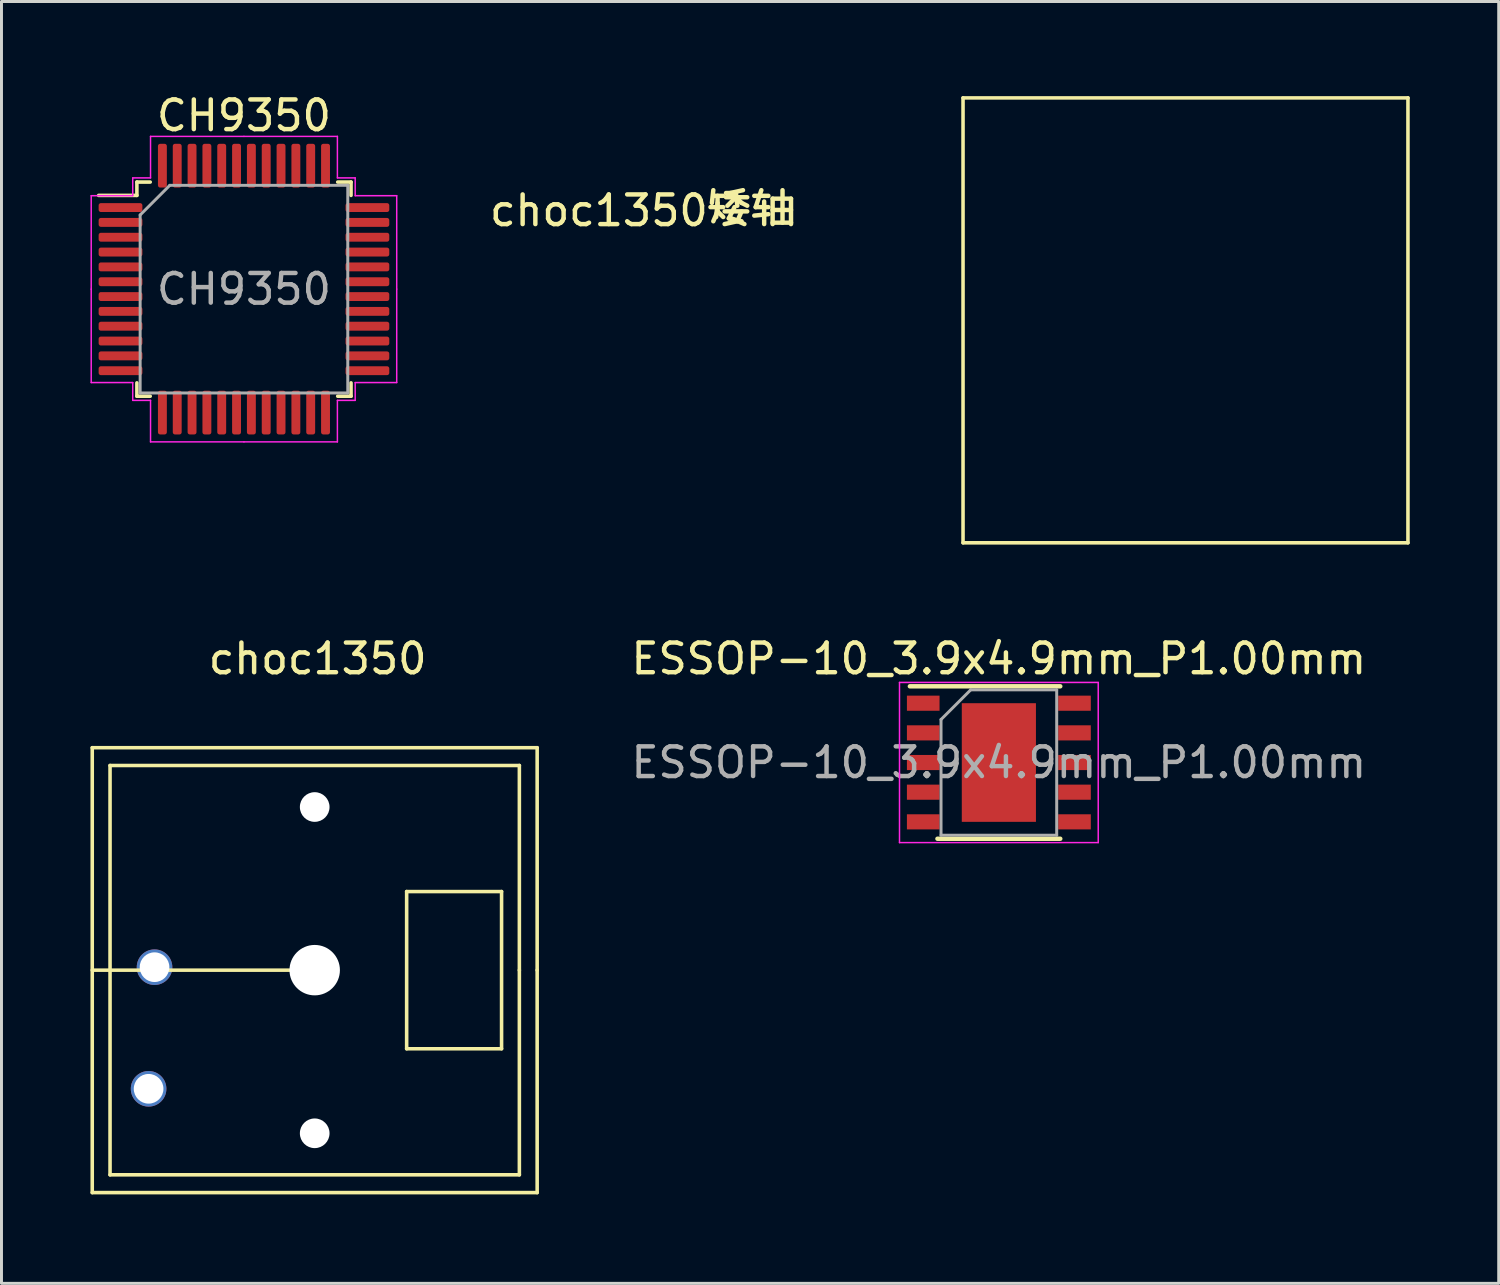
<source format=kicad_pcb>
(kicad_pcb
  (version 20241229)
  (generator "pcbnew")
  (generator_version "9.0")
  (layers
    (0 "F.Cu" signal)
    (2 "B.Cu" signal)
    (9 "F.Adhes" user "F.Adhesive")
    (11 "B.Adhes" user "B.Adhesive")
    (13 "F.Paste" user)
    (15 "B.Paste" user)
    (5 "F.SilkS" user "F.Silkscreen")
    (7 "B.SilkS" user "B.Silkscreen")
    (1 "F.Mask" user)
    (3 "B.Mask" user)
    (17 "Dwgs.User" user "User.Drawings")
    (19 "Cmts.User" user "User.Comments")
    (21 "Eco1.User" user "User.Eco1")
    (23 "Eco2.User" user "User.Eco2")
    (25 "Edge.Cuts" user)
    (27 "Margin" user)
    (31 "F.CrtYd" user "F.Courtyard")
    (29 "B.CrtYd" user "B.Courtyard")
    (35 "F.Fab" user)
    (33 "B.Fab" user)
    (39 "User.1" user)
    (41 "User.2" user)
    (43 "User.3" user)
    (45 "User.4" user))
  (footprint "CH9350"
    (layer "F.Cu")
    (at 5.175 6.698)
    (property "Reference" "CH9350" (at 0 -5.85 0) (layer "F.SilkS") (effects (font (size 1 1) (thickness 0.15))))
    (attr smd)
    (fp_line (start -3.61 -3.61) (end -3.61 -3.16) (stroke (width 0.12) (type solid)) (layer "F.SilkS"))
    (fp_line (start -3.61 -3.16) (end -4.9 -3.16) (stroke (width 0.12) (type solid)) (layer "F.SilkS"))
    (fp_line (start -3.61 3.61) (end -3.61 3.16) (stroke (width 0.12) (type solid)) (layer "F.SilkS"))
    (fp_line (start -3.16 -3.61) (end -3.61 -3.61) (stroke (width 0.12) (type solid)) (layer "F.SilkS"))
    (fp_line (start -3.16 3.61) (end -3.61 3.61) (stroke (width 0.12) (type solid)) (layer "F.SilkS"))
    (fp_line (start 3.16 -3.61) (end 3.61 -3.61) (stroke (width 0.12) (type solid)) (layer "F.SilkS"))
    (fp_line (start 3.16 3.61) (end 3.61 3.61) (stroke (width 0.12) (type solid)) (layer "F.SilkS"))
    (fp_line (start 3.61 -3.61) (end 3.61 -3.16) (stroke (width 0.12) (type solid)) (layer "F.SilkS"))
    (fp_line (start 3.61 3.61) (end 3.61 3.16) (stroke (width 0.12) (type solid)) (layer "F.SilkS"))
    (fp_line (start -5.15 -3.15) (end -5.15 0) (stroke (width 0.05) (type solid)) (layer "F.CrtYd"))
    (fp_line (start -5.15 3.15) (end -5.15 0) (stroke (width 0.05) (type solid)) (layer "F.CrtYd"))
    (fp_line (start -3.75 -3.75) (end -3.75 -3.15) (stroke (width 0.05) (type solid)) (layer "F.CrtYd"))
    (fp_line (start -3.75 -3.15) (end -5.15 -3.15) (stroke (width 0.05) (type solid)) (layer "F.CrtYd"))
    (fp_line (start -3.75 3.15) (end -5.15 3.15) (stroke (width 0.05) (type solid)) (layer "F.CrtYd"))
    (fp_line (start -3.75 3.75) (end -3.75 3.15) (stroke (width 0.05) (type solid)) (layer "F.CrtYd"))
    (fp_line (start -3.15 -5.15) (end -3.15 -3.75) (stroke (width 0.05) (type solid)) (layer "F.CrtYd"))
    (fp_line (start -3.15 -3.75) (end -3.75 -3.75) (stroke (width 0.05) (type solid)) (layer "F.CrtYd"))
    (fp_line (start -3.15 3.75) (end -3.75 3.75) (stroke (width 0.05) (type solid)) (layer "F.CrtYd"))
    (fp_line (start -3.15 5.15) (end -3.15 3.75) (stroke (width 0.05) (type solid)) (layer "F.CrtYd"))
    (fp_line (start 0 -5.15) (end -3.15 -5.15) (stroke (width 0.05) (type solid)) (layer "F.CrtYd"))
    (fp_line (start 0 -5.15) (end 3.15 -5.15) (stroke (width 0.05) (type solid)) (layer "F.CrtYd"))
    (fp_line (start 0 5.15) (end -3.15 5.15) (stroke (width 0.05) (type solid)) (layer "F.CrtYd"))
    (fp_line (start 0 5.15) (end 3.15 5.15) (stroke (width 0.05) (type solid)) (layer "F.CrtYd"))
    (fp_line (start 3.15 -5.15) (end 3.15 -3.75) (stroke (width 0.05) (type solid)) (layer "F.CrtYd"))
    (fp_line (start 3.15 -3.75) (end 3.75 -3.75) (stroke (width 0.05) (type solid)) (layer "F.CrtYd"))
    (fp_line (start 3.15 3.75) (end 3.75 3.75) (stroke (width 0.05) (type solid)) (layer "F.CrtYd"))
    (fp_line (start 3.15 5.15) (end 3.15 3.75) (stroke (width 0.05) (type solid)) (layer "F.CrtYd"))
    (fp_line (start 3.75 -3.75) (end 3.75 -3.15) (stroke (width 0.05) (type solid)) (layer "F.CrtYd"))
    (fp_line (start 3.75 -3.15) (end 5.15 -3.15) (stroke (width 0.05) (type solid)) (layer "F.CrtYd"))
    (fp_line (start 3.75 3.15) (end 5.15 3.15) (stroke (width 0.05) (type solid)) (layer "F.CrtYd"))
    (fp_line (start 3.75 3.75) (end 3.75 3.15) (stroke (width 0.05) (type solid)) (layer "F.CrtYd"))
    (fp_line (start 5.15 -3.15) (end 5.15 0) (stroke (width 0.05) (type solid)) (layer "F.CrtYd"))
    (fp_line (start 5.15 3.15) (end 5.15 0) (stroke (width 0.05) (type solid)) (layer "F.CrtYd"))
    (fp_line (start -3.5 -2.5) (end -2.5 -3.5) (stroke (width 0.1) (type solid)) (layer "F.Fab"))
    (fp_line (start -3.5 3.5) (end -3.5 -2.5) (stroke (width 0.1) (type solid)) (layer "F.Fab"))
    (fp_line (start -2.5 -3.5) (end 3.5 -3.5) (stroke (width 0.1) (type solid)) (layer "F.Fab"))
    (fp_line (start 3.5 -3.5) (end 3.5 3.5) (stroke (width 0.1) (type solid)) (layer "F.Fab"))
    (fp_line (start 3.5 3.5) (end -3.5 3.5) (stroke (width 0.1) (type solid)) (layer "F.Fab"))
    (fp_text user "${REFERENCE}" (at 0 0 0) (layer "F.Fab") (effects (font (size 1 1) (thickness 0.15))))
    (pad "1" smd roundrect (at -4.162 -2.75) (size 1.475 0.3) (layers "F.Cu" "F.Mask" "F.Paste") (roundrect_rratio 0.25))
    (pad "2" smd roundrect (at -4.162 -2.25) (size 1.475 0.3) (layers "F.Cu" "F.Mask" "F.Paste") (roundrect_rratio 0.25))
    (pad "3" smd roundrect (at -4.162 -1.75) (size 1.475 0.3) (layers "F.Cu" "F.Mask" "F.Paste") (roundrect_rratio 0.25))
    (pad "4" smd roundrect (at -4.162 -1.25) (size 1.475 0.3) (layers "F.Cu" "F.Mask" "F.Paste") (roundrect_rratio 0.25))
    (pad "5" smd roundrect (at -4.162 -0.75) (size 1.475 0.3) (layers "F.Cu" "F.Mask" "F.Paste") (roundrect_rratio 0.25))
    (pad "6" smd roundrect (at -4.162 -0.25) (size 1.475 0.3) (layers "F.Cu" "F.Mask" "F.Paste") (roundrect_rratio 0.25))
    (pad "7" smd roundrect (at -4.162 0.25) (size 1.475 0.3) (layers "F.Cu" "F.Mask" "F.Paste") (roundrect_rratio 0.25))
    (pad "8" smd roundrect (at -4.162 0.75) (size 1.475 0.3) (layers "F.Cu" "F.Mask" "F.Paste") (roundrect_rratio 0.25))
    (pad "9" smd roundrect (at -4.162 1.25) (size 1.475 0.3) (layers "F.Cu" "F.Mask" "F.Paste") (roundrect_rratio 0.25))
    (pad "10" smd roundrect (at -4.162 1.75) (size 1.475 0.3) (layers "F.Cu" "F.Mask" "F.Paste") (roundrect_rratio 0.25))
    (pad "11" smd roundrect (at -4.162 2.25) (size 1.475 0.3) (layers "F.Cu" "F.Mask" "F.Paste") (roundrect_rratio 0.25))
    (pad "12" smd roundrect (at -4.162 2.75) (size 1.475 0.3) (layers "F.Cu" "F.Mask" "F.Paste") (roundrect_rratio 0.25))
    (pad "13" smd roundrect (at -2.75 4.162) (size 0.3 1.475) (layers "F.Cu" "F.Mask" "F.Paste") (roundrect_rratio 0.25))
    (pad "14" smd roundrect (at -2.25 4.162) (size 0.3 1.475) (layers "F.Cu" "F.Mask" "F.Paste") (roundrect_rratio 0.25))
    (pad "15" smd roundrect (at -1.75 4.162) (size 0.3 1.475) (layers "F.Cu" "F.Mask" "F.Paste") (roundrect_rratio 0.25))
    (pad "16" smd roundrect (at -1.25 4.162) (size 0.3 1.475) (layers "F.Cu" "F.Mask" "F.Paste") (roundrect_rratio 0.25))
    (pad "17" smd roundrect (at -0.75 4.162) (size 0.3 1.475) (layers "F.Cu" "F.Mask" "F.Paste") (roundrect_rratio 0.25))
    (pad "18" smd roundrect (at -0.25 4.162) (size 0.3 1.475) (layers "F.Cu" "F.Mask" "F.Paste") (roundrect_rratio 0.25))
    (pad "19" smd roundrect (at 0.25 4.162) (size 0.3 1.475) (layers "F.Cu" "F.Mask" "F.Paste") (roundrect_rratio 0.25))
    (pad "20" smd roundrect (at 0.75 4.162) (size 0.3 1.475) (layers "F.Cu" "F.Mask" "F.Paste") (roundrect_rratio 0.25))
    (pad "21" smd roundrect (at 1.25 4.162) (size 0.3 1.475) (layers "F.Cu" "F.Mask" "F.Paste") (roundrect_rratio 0.25))
    (pad "22" smd roundrect (at 1.75 4.162) (size 0.3 1.475) (layers "F.Cu" "F.Mask" "F.Paste") (roundrect_rratio 0.25))
    (pad "23" smd roundrect (at 2.25 4.162) (size 0.3 1.475) (layers "F.Cu" "F.Mask" "F.Paste") (roundrect_rratio 0.25))
    (pad "24" smd roundrect (at 2.75 4.162) (size 0.3 1.475) (layers "F.Cu" "F.Mask" "F.Paste") (roundrect_rratio 0.25))
    (pad "25" smd roundrect (at 4.162 2.75) (size 1.475 0.3) (layers "F.Cu" "F.Mask" "F.Paste") (roundrect_rratio 0.25))
    (pad "26" smd roundrect (at 4.162 2.25) (size 1.475 0.3) (layers "F.Cu" "F.Mask" "F.Paste") (roundrect_rratio 0.25))
    (pad "27" smd roundrect (at 4.162 1.75) (size 1.475 0.3) (layers "F.Cu" "F.Mask" "F.Paste") (roundrect_rratio 0.25))
    (pad "28" smd roundrect (at 4.162 1.25) (size 1.475 0.3) (layers "F.Cu" "F.Mask" "F.Paste") (roundrect_rratio 0.25))
    (pad "29" smd roundrect (at 4.162 0.75) (size 1.475 0.3) (layers "F.Cu" "F.Mask" "F.Paste") (roundrect_rratio 0.25))
    (pad "30" smd roundrect (at 4.162 0.25) (size 1.475 0.3) (layers "F.Cu" "F.Mask" "F.Paste") (roundrect_rratio 0.25))
    (pad "31" smd roundrect (at 4.162 -0.25) (size 1.475 0.3) (layers "F.Cu" "F.Mask" "F.Paste") (roundrect_rratio 0.25))
    (pad "32" smd roundrect (at 4.162 -0.75) (size 1.475 0.3) (layers "F.Cu" "F.Mask" "F.Paste") (roundrect_rratio 0.25))
    (pad "33" smd roundrect (at 4.162 -1.25) (size 1.475 0.3) (layers "F.Cu" "F.Mask" "F.Paste") (roundrect_rratio 0.25))
    (pad "34" smd roundrect (at 4.162 -1.75) (size 1.475 0.3) (layers "F.Cu" "F.Mask" "F.Paste") (roundrect_rratio 0.25))
    (pad "35" smd roundrect (at 4.162 -2.25) (size 1.475 0.3) (layers "F.Cu" "F.Mask" "F.Paste") (roundrect_rratio 0.25))
    (pad "36" smd roundrect (at 4.162 -2.75) (size 1.475 0.3) (layers "F.Cu" "F.Mask" "F.Paste") (roundrect_rratio 0.25))
    (pad "37" smd roundrect (at 2.75 -4.162) (size 0.3 1.475) (layers "F.Cu" "F.Mask" "F.Paste") (roundrect_rratio 0.25))
    (pad "38" smd roundrect (at 2.25 -4.162) (size 0.3 1.475) (layers "F.Cu" "F.Mask" "F.Paste") (roundrect_rratio 0.25))
    (pad "39" smd roundrect (at 1.75 -4.162) (size 0.3 1.475) (layers "F.Cu" "F.Mask" "F.Paste") (roundrect_rratio 0.25))
    (pad "40" smd roundrect (at 1.25 -4.162) (size 0.3 1.475) (layers "F.Cu" "F.Mask" "F.Paste") (roundrect_rratio 0.25))
    (pad "41" smd roundrect (at 0.75 -4.162) (size 0.3 1.475) (layers "F.Cu" "F.Mask" "F.Paste") (roundrect_rratio 0.25))
    (pad "42" smd roundrect (at 0.25 -4.162) (size 0.3 1.475) (layers "F.Cu" "F.Mask" "F.Paste") (roundrect_rratio 0.25))
    (pad "43" smd roundrect (at -0.25 -4.162) (size 0.3 1.475) (layers "F.Cu" "F.Mask" "F.Paste") (roundrect_rratio 0.25))
    (pad "44" smd roundrect (at -0.75 -4.162) (size 0.3 1.475) (layers "F.Cu" "F.Mask" "F.Paste") (roundrect_rratio 0.25))
    (pad "45" smd roundrect (at -1.25 -4.162) (size 0.3 1.475) (layers "F.Cu" "F.Mask" "F.Paste") (roundrect_rratio 0.25))
    (pad "46" smd roundrect (at -1.75 -4.162) (size 0.3 1.475) (layers "F.Cu" "F.Mask" "F.Paste") (roundrect_rratio 0.25))
    (pad "47" smd roundrect (at -2.25 -4.162) (size 0.3 1.475) (layers "F.Cu" "F.Mask" "F.Paste") (roundrect_rratio 0.25))
    (pad "48" smd roundrect (at -2.75 -4.162) (size 0.3 1.475) (layers "F.Cu" "F.Mask" "F.Paste") (roundrect_rratio 0.25)))
  (footprint "ESSOP-10_3.9x4.9mm_P1.00mm"
    (layer "F.Cu")
    (at 30.626 22.658)
    (property "Reference" "ESSOP-10_3.9x4.9mm_P1.00mm" (at 0 -3.5 0) (layer "F.SilkS") (effects (font (size 1 1) (thickness 0.15))))
    (attr smd)
    (fp_line (start -3 -2.57) (end 2.07 -2.57) (stroke (width 0.15) (type solid)) (layer "F.SilkS"))
    (fp_line (start -2.07 2.57) (end 2.07 2.57) (stroke (width 0.15) (type solid)) (layer "F.SilkS"))
    (fp_line (start -3.35 -2.7) (end -3.35 2.7) (stroke (width 0.05) (type solid)) (layer "F.CrtYd"))
    (fp_line (start -3.35 -2.7) (end 3.35 -2.7) (stroke (width 0.05) (type solid)) (layer "F.CrtYd"))
    (fp_line (start -3.35 2.7) (end 3.35 2.7) (stroke (width 0.05) (type solid)) (layer "F.CrtYd"))
    (fp_line (start 3.35 -2.7) (end 3.35 2.7) (stroke (width 0.05) (type solid)) (layer "F.CrtYd"))
    (fp_line (start -1.95 -1.45) (end -0.95 -2.45) (stroke (width 0.1) (type solid)) (layer "F.Fab"))
    (fp_line (start -1.95 2.45) (end -1.95 -1.45) (stroke (width 0.1) (type solid)) (layer "F.Fab"))
    (fp_line (start -0.95 -2.45) (end 1.95 -2.45) (stroke (width 0.1) (type solid)) (layer "F.Fab"))
    (fp_line (start 1.95 -2.45) (end 1.95 2.45) (stroke (width 0.1) (type solid)) (layer "F.Fab"))
    (fp_line (start 1.95 2.45) (end -1.95 2.45) (stroke (width 0.1) (type solid)) (layer "F.Fab"))
    (fp_text user "${REFERENCE}" (at 0 0 0) (layer "F.Fab") (effects (font (size 1 1) (thickness 0.15))))
    (pad "1" smd rect (at -2.55 -2) (size 1.1 0.51) (layers "F.Cu" "F.Mask" "F.Paste"))
    (pad "2" smd rect (at -2.55 -1) (size 1.1 0.51) (layers "F.Cu" "F.Mask" "F.Paste"))
    (pad "3" smd rect (at -2.55 0) (size 1.1 0.51) (layers "F.Cu" "F.Mask" "F.Paste"))
    (pad "4" smd rect (at -2.55 1) (size 1.1 0.51) (layers "F.Cu" "F.Mask" "F.Paste"))
    (pad "5" smd rect (at -2.55 2) (size 1.1 0.51) (layers "F.Cu" "F.Mask" "F.Paste"))
    (pad "6" smd rect (at 2.55 2) (size 1.1 0.51) (layers "F.Cu" "F.Mask" "F.Paste"))
    (pad "7" smd rect (at 2.55 1) (size 1.1 0.51) (layers "F.Cu" "F.Mask" "F.Paste"))
    (pad "8" smd rect (at 2.55 0) (size 1.1 0.51) (layers "F.Cu" "F.Mask" "F.Paste"))
    (pad "9" smd rect (at 2.55 -1) (size 1.1 0.51) (layers "F.Cu" "F.Mask" "F.Paste"))
    (pad "10" smd rect (at 2.55 -2) (size 1.1 0.51) (layers "F.Cu" "F.Mask" "F.Paste"))
    (pad "11" smd rect (at 0 0) (size 2.5 4) (layers "F.Cu" "F.Mask" "F.Paste")))
  (footprint "choc1350"
    (layer "F.Cu")
    (at 7.56 29.658)
    (property "Reference" "choc1350" (at 0.1 -10.5 0) (layer "F.SilkS") (effects (font (size 1 1) (thickness 0.15))))
    (attr through_hole)
    (fp_line (start -7.5 -7.5) (end 7.5 -7.5) (stroke (width 0.12) (type solid)) (layer "F.SilkS"))
    (fp_line (start -7.5 7.5) (end -7.5 -7.5) (stroke (width 0.12) (type solid)) (layer "F.SilkS"))
    (fp_line (start -6.9 -6.9) (end 6.9 -6.9) (stroke (width 0.12) (type solid)) (layer "F.SilkS"))
    (fp_line (start -6.9 6.9) (end -6.9 -6.9) (stroke (width 0.12) (type solid)) (layer "F.SilkS"))
    (fp_line (start 0 0) (end -7.5 0) (stroke (width 0.12) (type solid)) (layer "F.SilkS"))
    (fp_line (start 3.1 -2.65) (end 6.3 -2.65) (stroke (width 0.12) (type solid)) (layer "F.SilkS"))
    (fp_line (start 3.1 2.65) (end 3.1 -2.65) (stroke (width 0.12) (type solid)) (layer "F.SilkS"))
    (fp_line (start 6.3 -2.65) (end 6.3 2.65) (stroke (width 0.12) (type solid)) (layer "F.SilkS"))
    (fp_line (start 6.3 2.65) (end 3.1 2.65) (stroke (width 0.12) (type solid)) (layer "F.SilkS"))
    (fp_line (start 6.9 -6.9) (end 6.9 0) (stroke (width 0.12) (type solid)) (layer "F.SilkS"))
    (fp_line (start 6.9 0) (end 6.9 6.9) (stroke (width 0.12) (type solid)) (layer "F.SilkS"))
    (fp_line (start 6.9 6.9) (end -6.9 6.9) (stroke (width 0.12) (type solid)) (layer "F.SilkS"))
    (fp_line (start 7.5 -7.5) (end 7.5 0) (stroke (width 0.12) (type solid)) (layer "F.SilkS"))
    (fp_line (start 7.5 0) (end 7.5 7.5) (stroke (width 0.12) (type solid)) (layer "F.SilkS"))
    (fp_line (start 7.5 7.5) (end -7.5 7.5) (stroke (width 0.12) (type solid)) (layer "F.SilkS"))
    (pad "" np_thru_hole circle (at 0 -5.5) (size 1 1) (drill 1) (layers "*.Cu" "*.Mask"))
    (pad "" np_thru_hole circle (at 0 0) (size 1.7 1.7) (drill 1.7) (layers "*.Cu" "*.Mask"))
    (pad "" np_thru_hole circle (at 0 5.5) (size 1 1) (drill 1) (layers "*.Cu" "*.Mask"))
    (pad "1" thru_hole circle (at -5.4 -0.1) (size 1.2 1.2) (drill 1) (layers "*.Cu" "*.Mask"))
    (pad "2" thru_hole circle (at -5.6 4) (size 1.2 1.2) (drill 1) (layers "*.Cu" "*.Mask")))
  (footprint "choc1350矮轴"
    (layer "F.Cu")
    (at 29.418 0.25)
    (property "Reference" "choc1350矮轴" (at -10.8 3.8 0) (layer "F.SilkS") (effects (font (size 1 1) (thickness 0.15))))
    (attr through_hole)
    (fp_line (start 0 0) (end 15 0) (stroke (width 0.12) (type solid)) (layer "F.SilkS"))
    (fp_line (start 0 15) (end 0 0) (stroke (width 0.12) (type solid)) (layer "F.SilkS"))
    (fp_line (start 15 0) (end 15 15) (stroke (width 0.12) (type solid)) (layer "F.SilkS"))
    (fp_line (start 15 15) (end 0 15) (stroke (width 0.12) (type solid)) (layer "F.SilkS")))
  (gr_rect
    (start -3 -3)
    (end 47.478 40.218)
    (stroke (width 0.1) (type default))
    (fill no)
    (layer "Edge.Cuts")))
</source>
